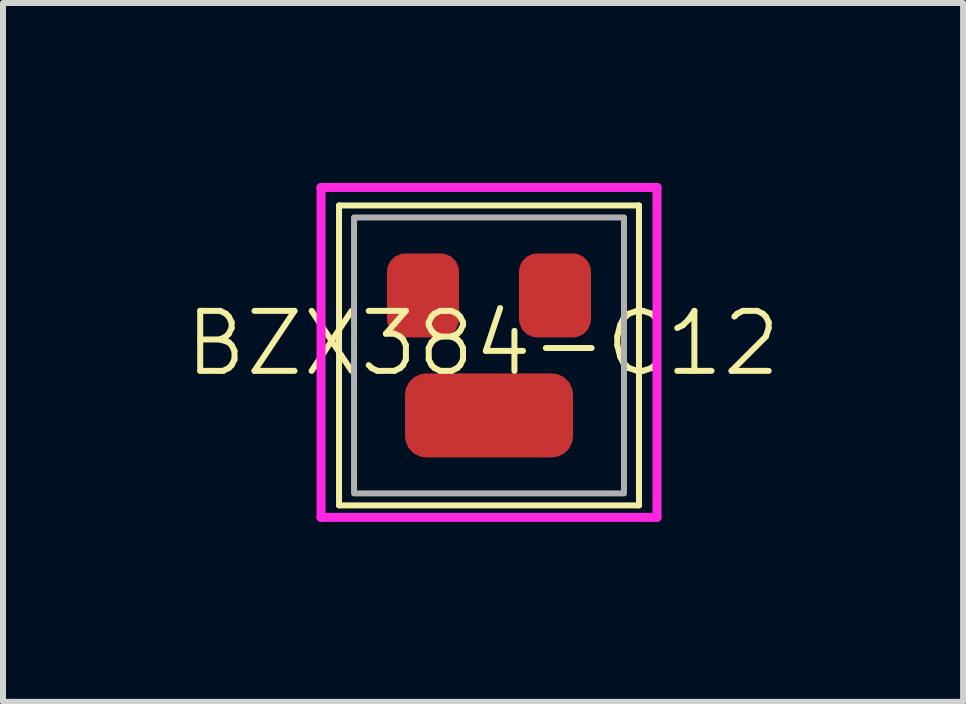
<source format=kicad_pcb>
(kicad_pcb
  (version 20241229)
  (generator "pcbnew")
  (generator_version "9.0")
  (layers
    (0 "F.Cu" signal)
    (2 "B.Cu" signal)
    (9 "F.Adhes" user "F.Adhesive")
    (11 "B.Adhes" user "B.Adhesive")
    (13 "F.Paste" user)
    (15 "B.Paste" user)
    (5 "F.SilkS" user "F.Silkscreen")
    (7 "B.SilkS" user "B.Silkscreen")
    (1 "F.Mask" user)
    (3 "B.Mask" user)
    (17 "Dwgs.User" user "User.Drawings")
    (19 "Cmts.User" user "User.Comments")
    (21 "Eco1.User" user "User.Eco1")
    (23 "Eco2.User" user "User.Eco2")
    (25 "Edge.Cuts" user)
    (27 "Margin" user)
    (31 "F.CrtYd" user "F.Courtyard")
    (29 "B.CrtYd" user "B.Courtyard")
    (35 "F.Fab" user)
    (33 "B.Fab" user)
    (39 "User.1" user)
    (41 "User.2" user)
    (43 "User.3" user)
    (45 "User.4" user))
  (footprint "BZX384-C12"
    (layer "F.Cu")
    (at 5.102 2.875)
    (property "Reference" "BZX384-C12" (at -0.1 -0.2 0) (unlocked yes) (layer "F.SilkS") (effects (font (size 1 1) (thickness 0.1))))
    (attr smd)
    (fp_line (start -2.5 -2.5) (end 2.5 -2.5) (stroke (width 0.1) (type default)) (layer "F.SilkS"))
    (fp_line (start -2.5 2.5) (end -2.5 -2.5) (stroke (width 0.1) (type default)) (layer "F.SilkS"))
    (fp_line (start 2.5 -2.5) (end 2.5 2.5) (stroke (width 0.1) (type default)) (layer "F.SilkS"))
    (fp_line (start 2.5 2.5) (end -2.5 2.5) (stroke (width 0.1) (type default)) (layer "F.SilkS"))
    (fp_line (start -2.8 -2.8) (end 2.8 -2.8) (stroke (width 0.15) (type default)) (layer "F.CrtYd"))
    (fp_line (start -2.8 2.7) (end -2.8 -2.8) (stroke (width 0.15) (type default)) (layer "F.CrtYd"))
    (fp_line (start -2.8 2.7) (end 2.8 2.7) (stroke (width 0.15) (type default)) (layer "F.CrtYd"))
    (fp_line (start 2.8 -2.8) (end 2.8 2.7) (stroke (width 0.15) (type default)) (layer "F.CrtYd"))
    (fp_rect (start -2.25 -2.3) (end 2.25 2.3) (stroke (width 0.1) (type default)) (fill no) (layer "F.Fab"))
    (pad "1" smd roundrect (at 0 1) (size 2.8 1.4) (layers "F.Cu" "F.Mask" "F.Paste") (roundrect_rratio 0.25))
    (pad "2" smd roundrect (at -1.1 -1) (size 1.2 1.4) (layers "F.Cu" "F.Mask" "F.Paste") (roundrect_rratio 0.25))
    (pad "3" smd roundrect (at 1.1 -1) (size 1.2 1.4) (layers "F.Cu" "F.Mask" "F.Paste") (roundrect_rratio 0.25)))
  (gr_rect
    (start -3 -3)
    (end 13.005 8.65)
    (stroke (width 0.1) (type default))
    (fill no)
    (layer "Edge.Cuts")))
</source>
